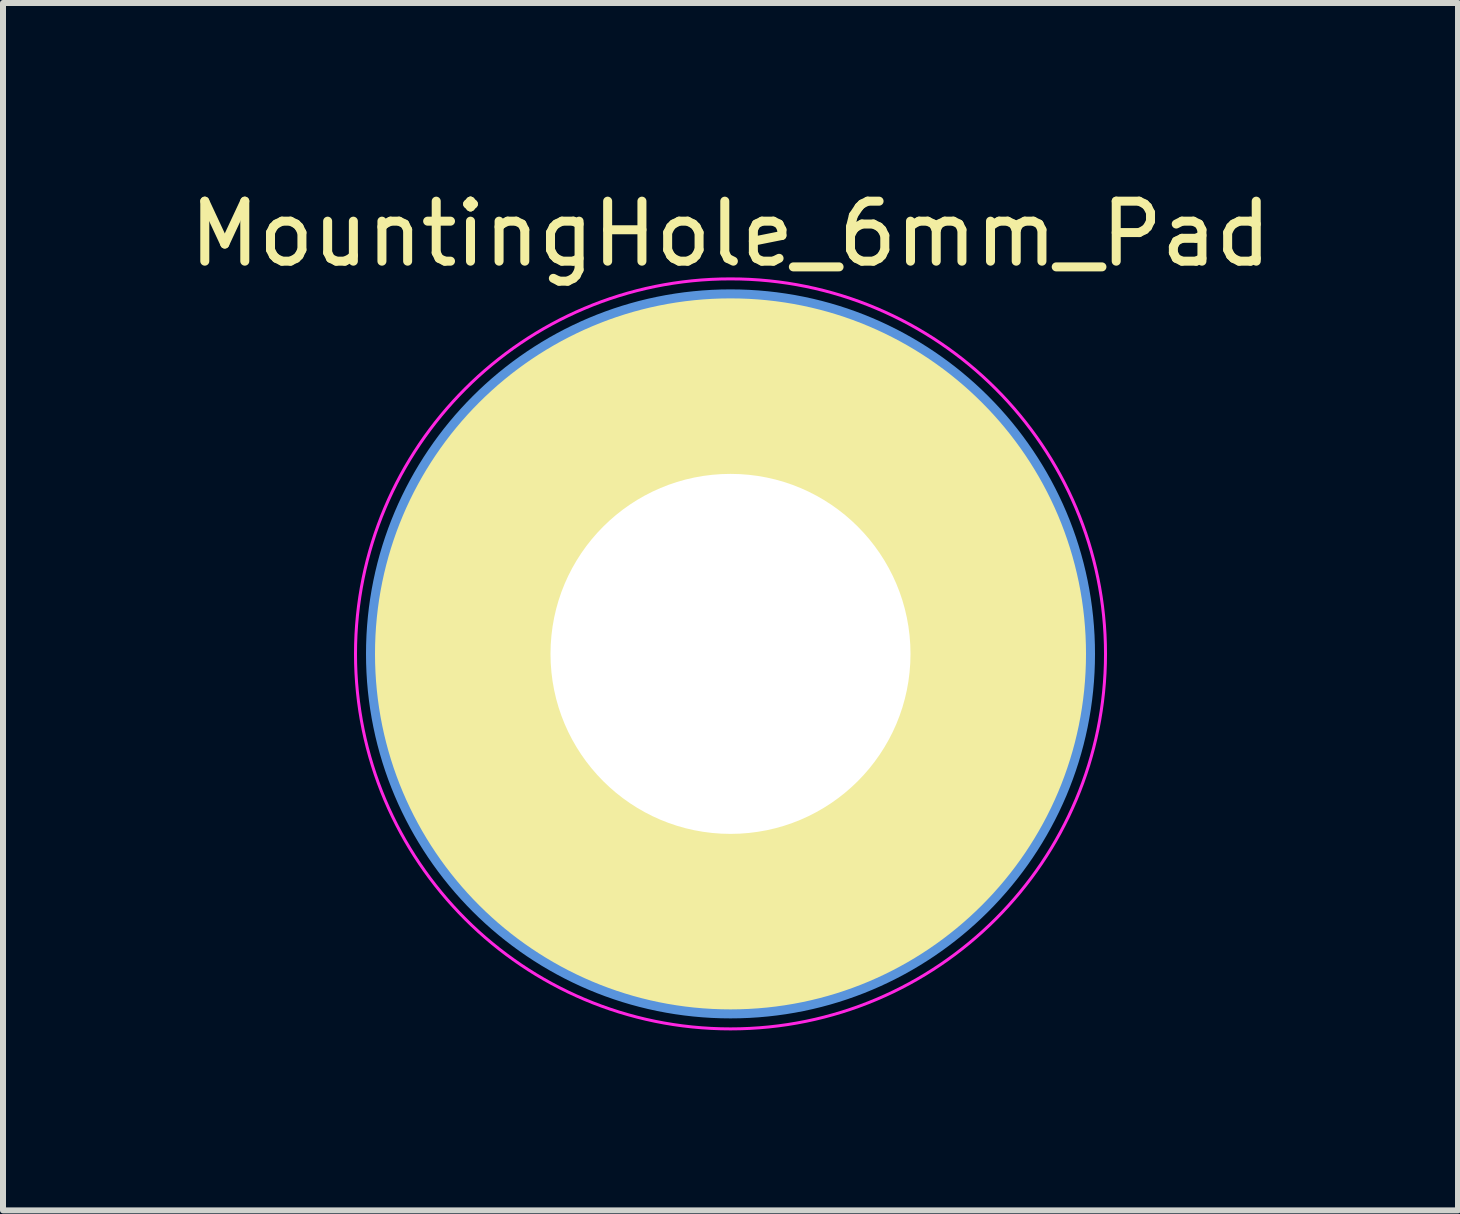
<source format=kicad_pcb>
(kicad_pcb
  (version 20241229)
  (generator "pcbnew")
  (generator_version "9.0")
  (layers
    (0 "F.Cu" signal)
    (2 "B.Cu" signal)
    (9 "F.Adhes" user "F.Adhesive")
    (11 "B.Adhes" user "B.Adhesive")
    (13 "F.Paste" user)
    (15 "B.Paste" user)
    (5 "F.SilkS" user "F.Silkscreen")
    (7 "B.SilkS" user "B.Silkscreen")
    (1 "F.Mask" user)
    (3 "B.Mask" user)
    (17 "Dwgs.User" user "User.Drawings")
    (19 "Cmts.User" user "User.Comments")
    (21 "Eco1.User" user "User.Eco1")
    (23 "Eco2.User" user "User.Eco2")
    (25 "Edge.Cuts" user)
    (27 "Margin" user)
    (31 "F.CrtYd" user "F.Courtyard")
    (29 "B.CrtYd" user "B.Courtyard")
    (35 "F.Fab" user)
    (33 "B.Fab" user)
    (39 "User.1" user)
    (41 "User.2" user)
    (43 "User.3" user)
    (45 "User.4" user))
  (footprint "MountingHole_6mm_Pad"
    (layer "F.Cu")
    (at 9.125 7.848)
    (property "Reference" "MountingHole_6mm_Pad" (at 0 -7 0) (layer "F.SilkS") (effects (font (size 1 1) (thickness 0.15))))
    (attr through_hole)
    (fp_circle (center 0 0) (end 6 0) (stroke (width 0.15) (type solid)) (fill no) (layer "Cmts.User"))
    (fp_circle (center 0 0) (end 6.25 0) (stroke (width 0.05) (type solid)) (fill no) (layer "F.CrtYd"))
    (pad "1" thru_hole circle (at 0 0) (size 12 12) (drill 6) (layers "*.Cu" "*.Mask" "F.SilkS")))
  (gr_rect
    (start -3 -3)
    (end 21.25 17.123)
    (stroke (width 0.1) (type default))
    (fill no)
    (layer "Edge.Cuts")))
</source>
